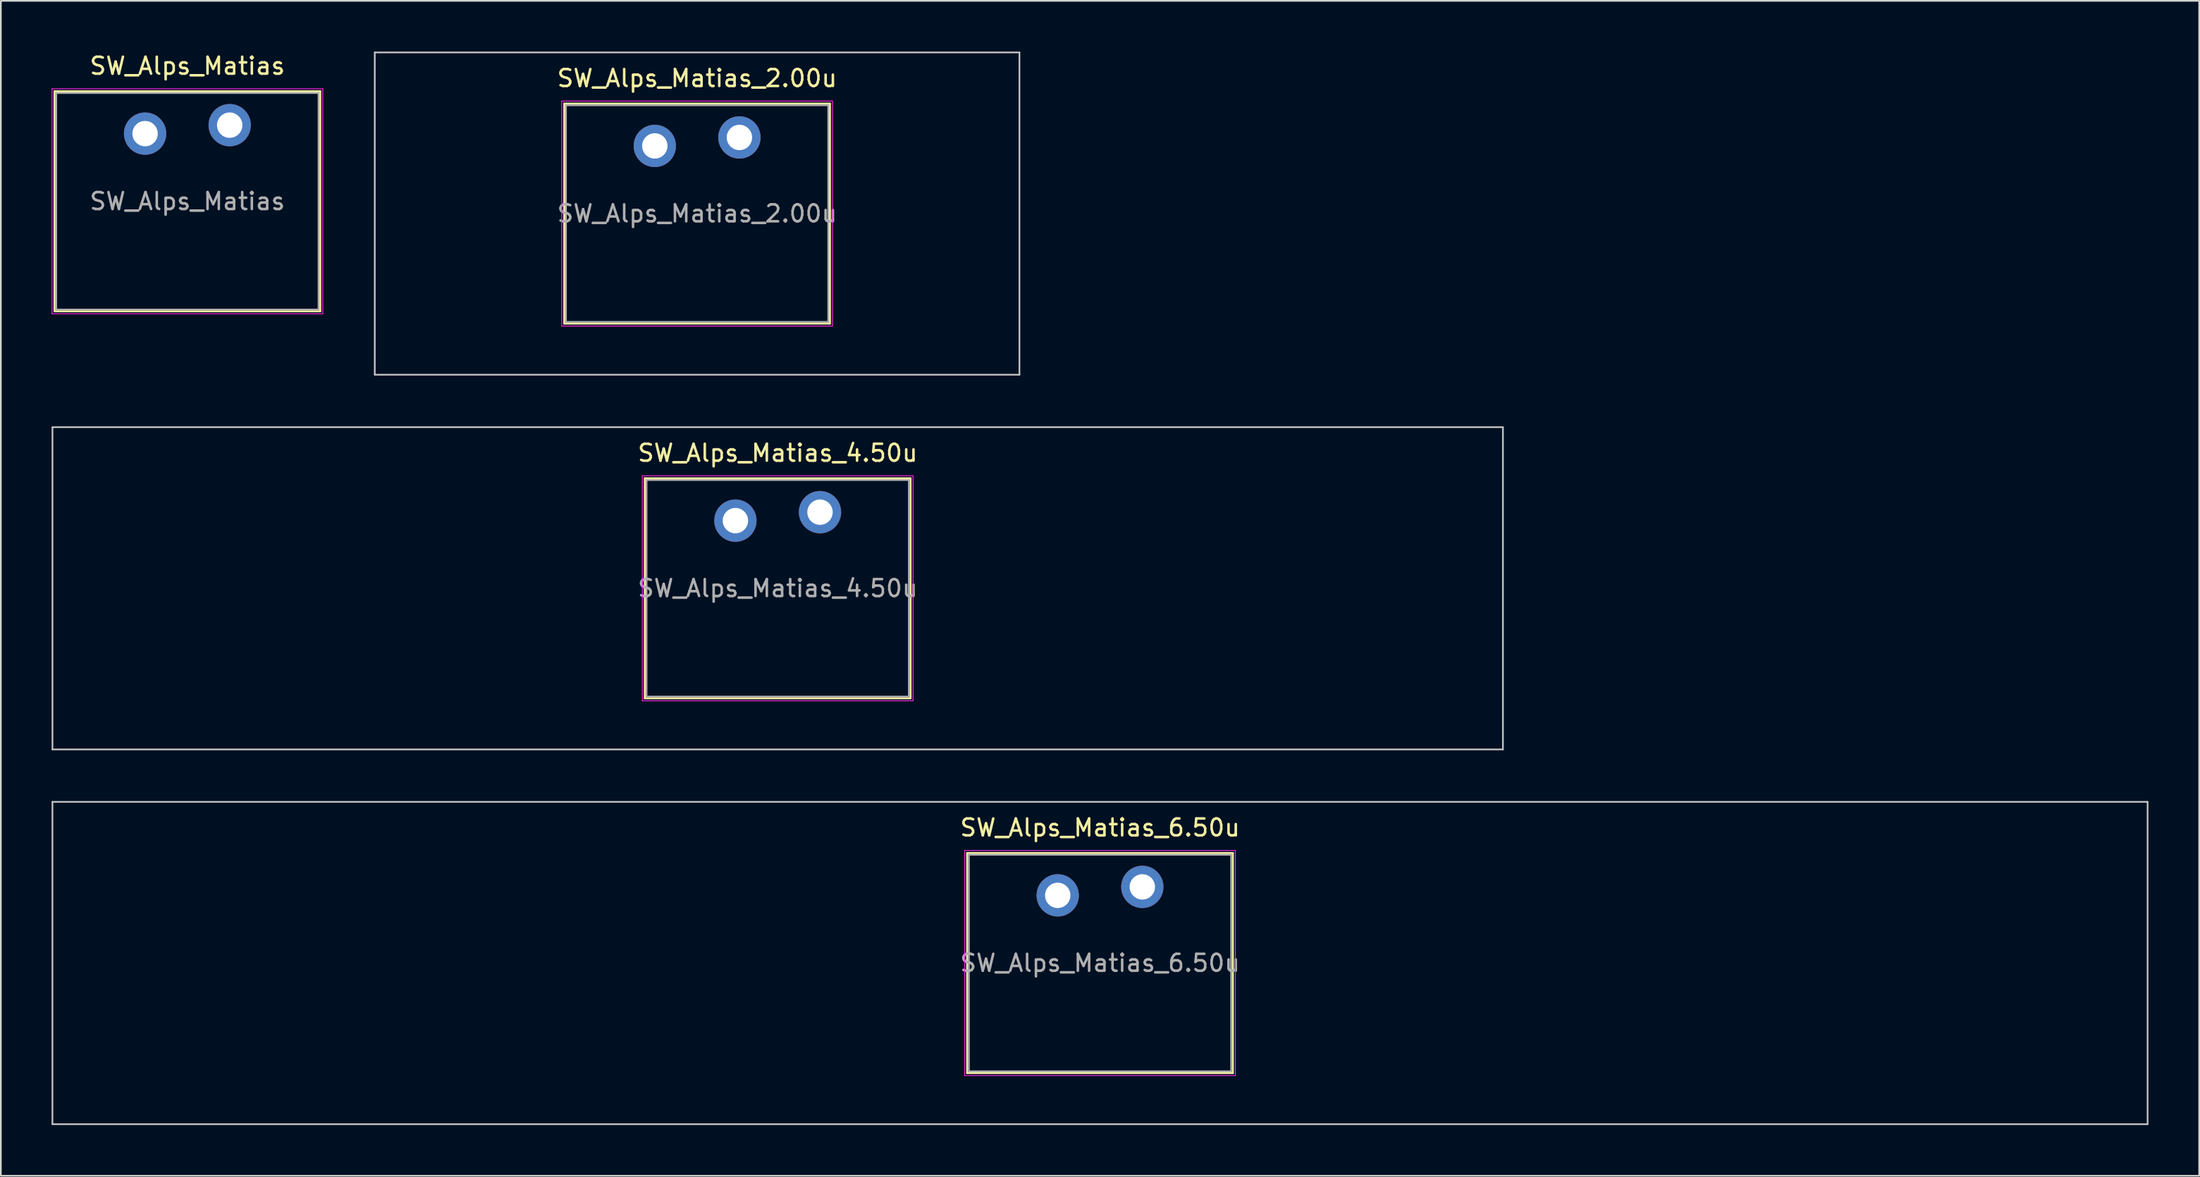
<source format=kicad_pcb>
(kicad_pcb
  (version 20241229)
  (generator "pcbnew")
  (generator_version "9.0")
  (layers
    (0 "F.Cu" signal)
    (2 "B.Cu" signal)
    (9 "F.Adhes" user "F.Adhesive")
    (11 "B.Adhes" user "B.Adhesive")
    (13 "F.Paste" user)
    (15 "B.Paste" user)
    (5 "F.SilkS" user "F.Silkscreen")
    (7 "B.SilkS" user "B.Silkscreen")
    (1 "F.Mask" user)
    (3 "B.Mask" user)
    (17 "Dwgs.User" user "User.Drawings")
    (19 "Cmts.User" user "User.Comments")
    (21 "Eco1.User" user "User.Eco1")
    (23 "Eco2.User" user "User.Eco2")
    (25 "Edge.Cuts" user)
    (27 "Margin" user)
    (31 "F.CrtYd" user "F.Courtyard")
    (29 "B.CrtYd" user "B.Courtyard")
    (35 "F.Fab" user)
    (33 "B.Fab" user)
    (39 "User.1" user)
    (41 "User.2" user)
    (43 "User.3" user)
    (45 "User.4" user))
  (footprint "SW_Alps_Matias_6.50u"
    (layer "F.Cu")
    (at 61.962 53.875)
    (property "Reference" "SW_Alps_Matias_6.50u" (at 0 -8 0) (layer "F.SilkS") (effects (font (size 1 1) (thickness 0.15))))
    (attr through_hole)
    (fp_line (start -7.85 -6.5) (end -7.85 6.5) (stroke (width 0.12) (type solid)) (layer "F.SilkS"))
    (fp_line (start -7.85 6.5) (end 7.85 6.5) (stroke (width 0.12) (type solid)) (layer "F.SilkS"))
    (fp_line (start 7.85 -6.5) (end -7.85 -6.5) (stroke (width 0.12) (type solid)) (layer "F.SilkS"))
    (fp_line (start 7.85 6.5) (end 7.85 -6.5) (stroke (width 0.12) (type solid)) (layer "F.SilkS"))
    (fp_line (start -61.913 -9.525) (end -61.913 9.525) (stroke (width 0.1) (type solid)) (layer "Dwgs.User"))
    (fp_line (start -61.913 9.525) (end 61.913 9.525) (stroke (width 0.1) (type solid)) (layer "Dwgs.User"))
    (fp_line (start 61.913 -9.525) (end -61.913 -9.525) (stroke (width 0.1) (type solid)) (layer "Dwgs.User"))
    (fp_line (start 61.913 9.525) (end 61.913 -9.525) (stroke (width 0.1) (type solid)) (layer "Dwgs.User"))
    (fp_line (start -7.75 -6.4) (end -7.75 6.4) (stroke (width 0.1) (type solid)) (layer "Eco1.User"))
    (fp_line (start -7.75 6.4) (end 7.75 6.4) (stroke (width 0.1) (type solid)) (layer "Eco1.User"))
    (fp_line (start 7.75 -6.4) (end -7.75 -6.4) (stroke (width 0.1) (type solid)) (layer "Eco1.User"))
    (fp_line (start 7.75 6.4) (end 7.75 -6.4) (stroke (width 0.1) (type solid)) (layer "Eco1.User"))
    (fp_line (start -8 -6.65) (end -8 6.65) (stroke (width 0.05) (type solid)) (layer "F.CrtYd"))
    (fp_line (start -8 6.65) (end 8 6.65) (stroke (width 0.05) (type solid)) (layer "F.CrtYd"))
    (fp_line (start 8 -6.65) (end -8 -6.65) (stroke (width 0.05) (type solid)) (layer "F.CrtYd"))
    (fp_line (start 8 6.65) (end 8 -6.65) (stroke (width 0.05) (type solid)) (layer "F.CrtYd"))
    (fp_line (start -7.75 -6.4) (end -7.75 6.4) (stroke (width 0.1) (type solid)) (layer "F.Fab"))
    (fp_line (start -7.75 6.4) (end 7.75 6.4) (stroke (width 0.1) (type solid)) (layer "F.Fab"))
    (fp_line (start 7.75 -6.4) (end -7.75 -6.4) (stroke (width 0.1) (type solid)) (layer "F.Fab"))
    (fp_line (start 7.75 6.4) (end 7.75 -6.4) (stroke (width 0.1) (type solid)) (layer "F.Fab"))
    (fp_text user "${REFERENCE}" (at 0 0 0) (layer "F.Fab") (effects (font (size 1 1) (thickness 0.15))))
    (pad "1" thru_hole circle (at -2.5 -4) (size 2.5 2.5) (drill 1.5) (layers "*.Cu" "*.Mask"))
    (pad "2" thru_hole circle (at 2.5 -4.5) (size 2.5 2.5) (drill 1.5) (layers "*.Cu" "*.Mask")))
  (footprint "SW_Alps_Matias"
    (layer "F.Cu")
    (at 8.025 8.848)
    (property "Reference" "SW_Alps_Matias" (at 0 -8 0) (layer "F.SilkS") (effects (font (size 1 1) (thickness 0.15))))
    (attr through_hole)
    (fp_line (start -7.85 -6.5) (end -7.85 6.5) (stroke (width 0.12) (type solid)) (layer "F.SilkS"))
    (fp_line (start -7.85 6.5) (end 7.85 6.5) (stroke (width 0.12) (type solid)) (layer "F.SilkS"))
    (fp_line (start 7.85 -6.5) (end -7.85 -6.5) (stroke (width 0.12) (type solid)) (layer "F.SilkS"))
    (fp_line (start 7.85 6.5) (end 7.85 -6.5) (stroke (width 0.12) (type solid)) (layer "F.SilkS"))
    (fp_line (start -7.75 -6.4) (end -7.75 6.4) (stroke (width 0.1) (type solid)) (layer "Eco1.User"))
    (fp_line (start -7.75 6.4) (end 7.75 6.4) (stroke (width 0.1) (type solid)) (layer "Eco1.User"))
    (fp_line (start 7.75 -6.4) (end -7.75 -6.4) (stroke (width 0.1) (type solid)) (layer "Eco1.User"))
    (fp_line (start 7.75 6.4) (end 7.75 -6.4) (stroke (width 0.1) (type solid)) (layer "Eco1.User"))
    (fp_line (start -8 -6.65) (end -8 6.65) (stroke (width 0.05) (type solid)) (layer "F.CrtYd"))
    (fp_line (start -8 6.65) (end 8 6.65) (stroke (width 0.05) (type solid)) (layer "F.CrtYd"))
    (fp_line (start 8 -6.65) (end -8 -6.65) (stroke (width 0.05) (type solid)) (layer "F.CrtYd"))
    (fp_line (start 8 6.65) (end 8 -6.65) (stroke (width 0.05) (type solid)) (layer "F.CrtYd"))
    (fp_line (start -7.75 -6.4) (end -7.75 6.4) (stroke (width 0.1) (type solid)) (layer "F.Fab"))
    (fp_line (start -7.75 6.4) (end 7.75 6.4) (stroke (width 0.1) (type solid)) (layer "F.Fab"))
    (fp_line (start 7.75 -6.4) (end -7.75 -6.4) (stroke (width 0.1) (type solid)) (layer "F.Fab"))
    (fp_line (start 7.75 6.4) (end 7.75 -6.4) (stroke (width 0.1) (type solid)) (layer "F.Fab"))
    (fp_text user "${REFERENCE}" (at 0 0 0) (layer "F.Fab") (effects (font (size 1 1) (thickness 0.15))))
    (pad "1" thru_hole circle (at -2.5 -4) (size 2.5 2.5) (drill 1.5) (layers "*.Cu" "*.Mask"))
    (pad "2" thru_hole circle (at 2.5 -4.5) (size 2.5 2.5) (drill 1.5) (layers "*.Cu" "*.Mask")))
  (footprint "SW_Alps_Matias_2.00u"
    (layer "F.Cu")
    (at 38.15 9.575)
    (property "Reference" "SW_Alps_Matias_2.00u" (at 0 -8 0) (layer "F.SilkS") (effects (font (size 1 1) (thickness 0.15))))
    (attr through_hole)
    (fp_line (start -7.85 -6.5) (end -7.85 6.5) (stroke (width 0.12) (type solid)) (layer "F.SilkS"))
    (fp_line (start -7.85 6.5) (end 7.85 6.5) (stroke (width 0.12) (type solid)) (layer "F.SilkS"))
    (fp_line (start 7.85 -6.5) (end -7.85 -6.5) (stroke (width 0.12) (type solid)) (layer "F.SilkS"))
    (fp_line (start 7.85 6.5) (end 7.85 -6.5) (stroke (width 0.12) (type solid)) (layer "F.SilkS"))
    (fp_line (start -19.05 -9.525) (end -19.05 9.525) (stroke (width 0.1) (type solid)) (layer "Dwgs.User"))
    (fp_line (start -19.05 9.525) (end 19.05 9.525) (stroke (width 0.1) (type solid)) (layer "Dwgs.User"))
    (fp_line (start 19.05 -9.525) (end -19.05 -9.525) (stroke (width 0.1) (type solid)) (layer "Dwgs.User"))
    (fp_line (start 19.05 9.525) (end 19.05 -9.525) (stroke (width 0.1) (type solid)) (layer "Dwgs.User"))
    (fp_line (start -7.75 -6.4) (end -7.75 6.4) (stroke (width 0.1) (type solid)) (layer "Eco1.User"))
    (fp_line (start -7.75 6.4) (end 7.75 6.4) (stroke (width 0.1) (type solid)) (layer "Eco1.User"))
    (fp_line (start 7.75 -6.4) (end -7.75 -6.4) (stroke (width 0.1) (type solid)) (layer "Eco1.User"))
    (fp_line (start 7.75 6.4) (end 7.75 -6.4) (stroke (width 0.1) (type solid)) (layer "Eco1.User"))
    (fp_line (start -8 -6.65) (end -8 6.65) (stroke (width 0.05) (type solid)) (layer "F.CrtYd"))
    (fp_line (start -8 6.65) (end 8 6.65) (stroke (width 0.05) (type solid)) (layer "F.CrtYd"))
    (fp_line (start 8 -6.65) (end -8 -6.65) (stroke (width 0.05) (type solid)) (layer "F.CrtYd"))
    (fp_line (start 8 6.65) (end 8 -6.65) (stroke (width 0.05) (type solid)) (layer "F.CrtYd"))
    (fp_line (start -7.75 -6.4) (end -7.75 6.4) (stroke (width 0.1) (type solid)) (layer "F.Fab"))
    (fp_line (start -7.75 6.4) (end 7.75 6.4) (stroke (width 0.1) (type solid)) (layer "F.Fab"))
    (fp_line (start 7.75 -6.4) (end -7.75 -6.4) (stroke (width 0.1) (type solid)) (layer "F.Fab"))
    (fp_line (start 7.75 6.4) (end 7.75 -6.4) (stroke (width 0.1) (type solid)) (layer "F.Fab"))
    (fp_text user "${REFERENCE}" (at 0 0 0) (layer "F.Fab") (effects (font (size 1 1) (thickness 0.15))))
    (pad "1" thru_hole circle (at -2.5 -4) (size 2.5 2.5) (drill 1.5) (layers "*.Cu" "*.Mask"))
    (pad "2" thru_hole circle (at 2.5 -4.5) (size 2.5 2.5) (drill 1.5) (layers "*.Cu" "*.Mask")))
  (footprint "SW_Alps_Matias_4.50u"
    (layer "F.Cu")
    (at 42.913 31.725)
    (property "Reference" "SW_Alps_Matias_4.50u" (at 0 -8 0) (layer "F.SilkS") (effects (font (size 1 1) (thickness 0.15))))
    (attr through_hole)
    (fp_line (start -7.85 -6.5) (end -7.85 6.5) (stroke (width 0.12) (type solid)) (layer "F.SilkS"))
    (fp_line (start -7.85 6.5) (end 7.85 6.5) (stroke (width 0.12) (type solid)) (layer "F.SilkS"))
    (fp_line (start 7.85 -6.5) (end -7.85 -6.5) (stroke (width 0.12) (type solid)) (layer "F.SilkS"))
    (fp_line (start 7.85 6.5) (end 7.85 -6.5) (stroke (width 0.12) (type solid)) (layer "F.SilkS"))
    (fp_line (start -42.862 -9.525) (end -42.862 9.525) (stroke (width 0.1) (type solid)) (layer "Dwgs.User"))
    (fp_line (start -42.862 9.525) (end 42.862 9.525) (stroke (width 0.1) (type solid)) (layer "Dwgs.User"))
    (fp_line (start 42.862 -9.525) (end -42.862 -9.525) (stroke (width 0.1) (type solid)) (layer "Dwgs.User"))
    (fp_line (start 42.862 9.525) (end 42.862 -9.525) (stroke (width 0.1) (type solid)) (layer "Dwgs.User"))
    (fp_line (start -7.75 -6.4) (end -7.75 6.4) (stroke (width 0.1) (type solid)) (layer "Eco1.User"))
    (fp_line (start -7.75 6.4) (end 7.75 6.4) (stroke (width 0.1) (type solid)) (layer "Eco1.User"))
    (fp_line (start 7.75 -6.4) (end -7.75 -6.4) (stroke (width 0.1) (type solid)) (layer "Eco1.User"))
    (fp_line (start 7.75 6.4) (end 7.75 -6.4) (stroke (width 0.1) (type solid)) (layer "Eco1.User"))
    (fp_line (start -8 -6.65) (end -8 6.65) (stroke (width 0.05) (type solid)) (layer "F.CrtYd"))
    (fp_line (start -8 6.65) (end 8 6.65) (stroke (width 0.05) (type solid)) (layer "F.CrtYd"))
    (fp_line (start 8 -6.65) (end -8 -6.65) (stroke (width 0.05) (type solid)) (layer "F.CrtYd"))
    (fp_line (start 8 6.65) (end 8 -6.65) (stroke (width 0.05) (type solid)) (layer "F.CrtYd"))
    (fp_line (start -7.75 -6.4) (end -7.75 6.4) (stroke (width 0.1) (type solid)) (layer "F.Fab"))
    (fp_line (start -7.75 6.4) (end 7.75 6.4) (stroke (width 0.1) (type solid)) (layer "F.Fab"))
    (fp_line (start 7.75 -6.4) (end -7.75 -6.4) (stroke (width 0.1) (type solid)) (layer "F.Fab"))
    (fp_line (start 7.75 6.4) (end 7.75 -6.4) (stroke (width 0.1) (type solid)) (layer "F.Fab"))
    (fp_text user "${REFERENCE}" (at 0 0 0) (layer "F.Fab") (effects (font (size 1 1) (thickness 0.15))))
    (pad "1" thru_hole circle (at -2.5 -4) (size 2.5 2.5) (drill 1.5) (layers "*.Cu" "*.Mask"))
    (pad "2" thru_hole circle (at 2.5 -4.5) (size 2.5 2.5) (drill 1.5) (layers "*.Cu" "*.Mask")))
  (gr_rect
    (start -3 -3)
    (end 126.925 66.45)
    (stroke (width 0.1) (type default))
    (fill no)
    (layer "Edge.Cuts")))
</source>
